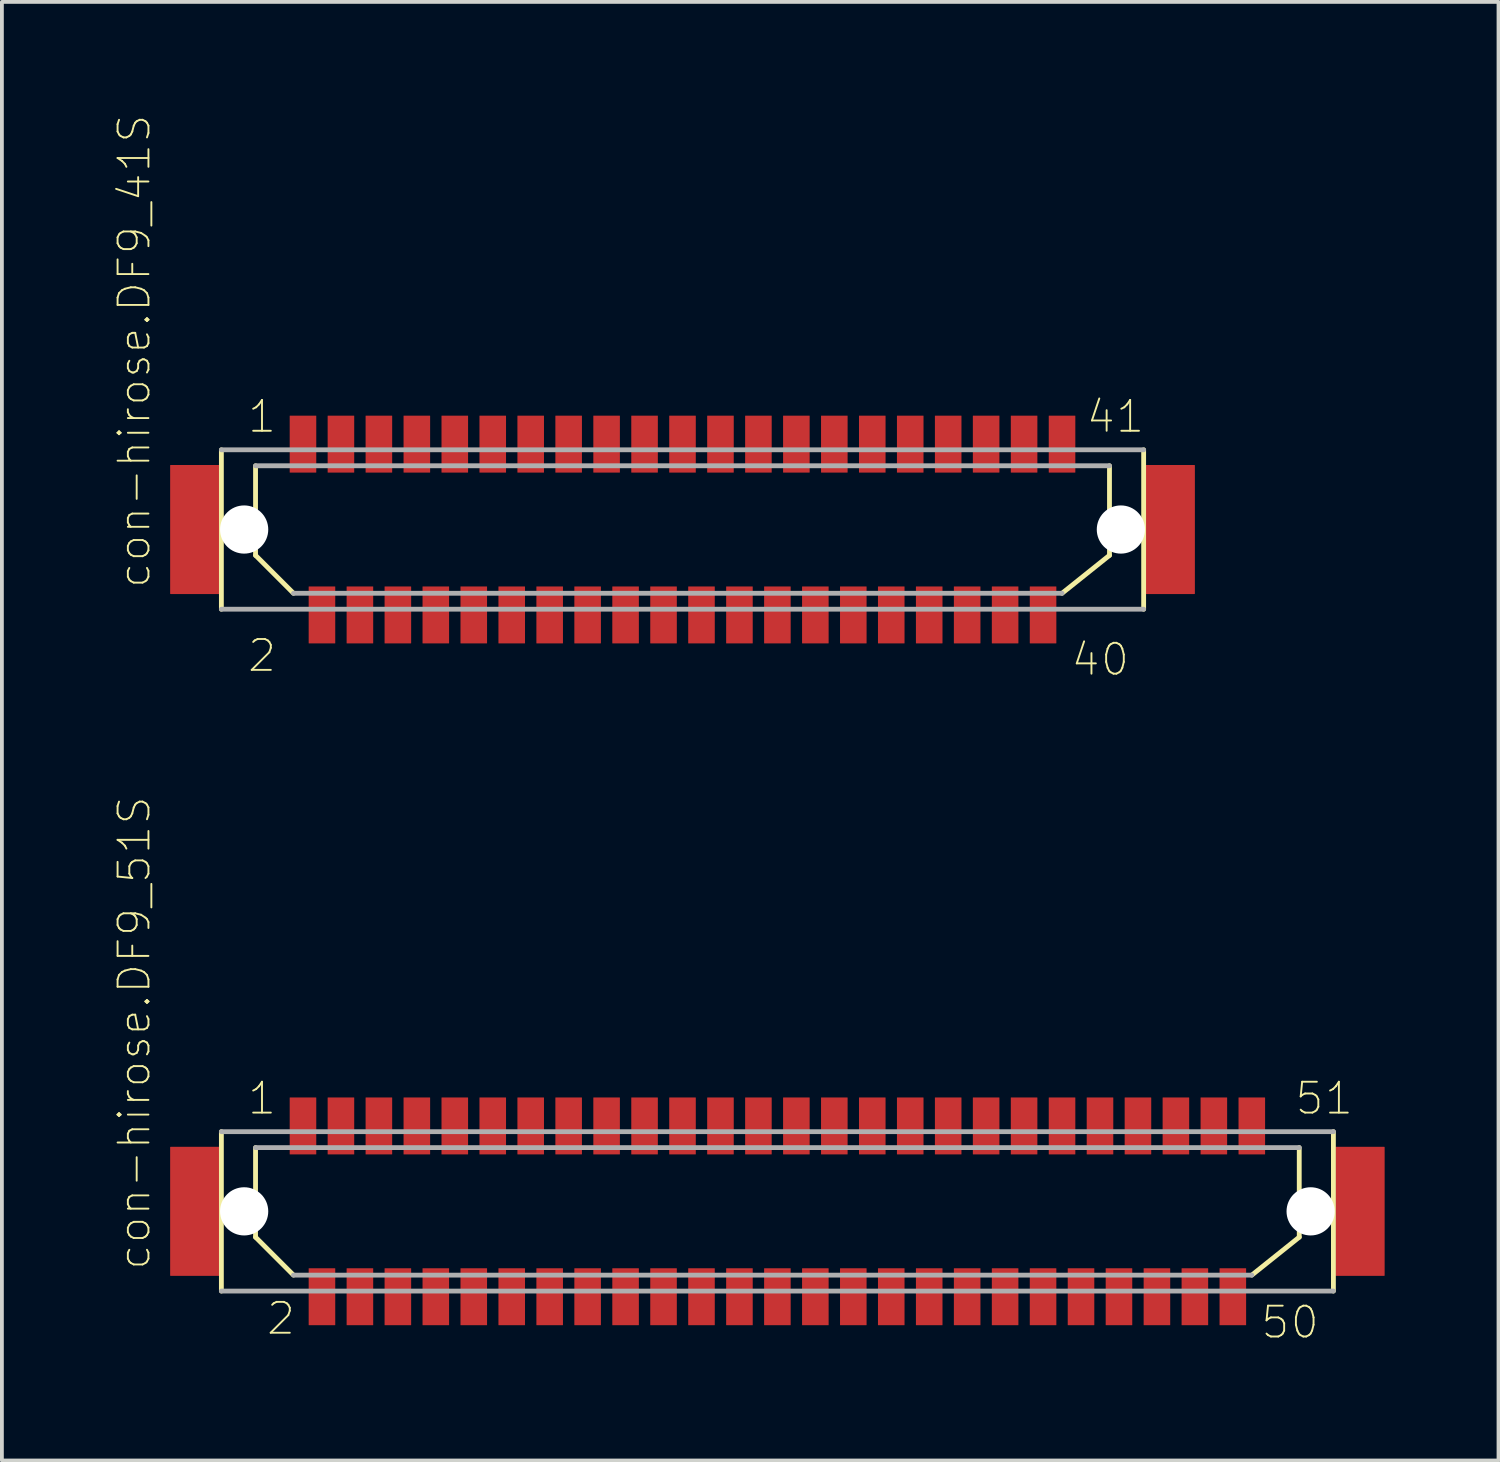
<source format=kicad_pcb>
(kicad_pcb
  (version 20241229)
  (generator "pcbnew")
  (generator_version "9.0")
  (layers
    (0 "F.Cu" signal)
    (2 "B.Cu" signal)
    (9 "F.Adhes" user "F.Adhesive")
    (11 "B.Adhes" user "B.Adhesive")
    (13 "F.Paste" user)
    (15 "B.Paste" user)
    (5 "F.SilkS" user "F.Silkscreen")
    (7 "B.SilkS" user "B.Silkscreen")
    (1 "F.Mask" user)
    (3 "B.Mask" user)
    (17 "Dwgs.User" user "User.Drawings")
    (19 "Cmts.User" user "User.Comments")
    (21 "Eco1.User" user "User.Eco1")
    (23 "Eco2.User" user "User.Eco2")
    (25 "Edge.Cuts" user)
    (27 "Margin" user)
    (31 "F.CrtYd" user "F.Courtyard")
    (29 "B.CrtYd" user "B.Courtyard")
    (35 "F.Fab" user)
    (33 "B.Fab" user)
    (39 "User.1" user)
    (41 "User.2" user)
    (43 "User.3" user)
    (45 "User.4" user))
  (footprint "con-hirose.DF9_41S"
    (layer "F.Cu")
    (at 14.933 10.902)
    (property "Reference" "con-hirose.DF9_41S" (at -13.97 1.587 90) (layer "F.SilkS") (effects (font (size 0.813 0.813) (thickness 0.05)) (justify left bottom)))
    (attr smd)
    (fp_line (start -12.15 2.1) (end -12.15 -2.1) (stroke (width 0.127) (type default)) (layer "F.SilkS"))
    (fp_line (start -11.25 0.68) (end -11.25 -1.68) (stroke (width 0.127) (type default)) (layer "F.SilkS"))
    (fp_line (start -11.25 0.68) (end -10.25 1.68) (stroke (width 0.127) (type default)) (layer "F.SilkS"))
    (fp_line (start 11.25 -1.68) (end 11.25 0.68) (stroke (width 0.127) (type default)) (layer "F.SilkS"))
    (fp_line (start 11.25 0.68) (end 10 1.68) (stroke (width 0.127) (type default)) (layer "F.SilkS"))
    (fp_line (start 12.15 -2.1) (end 12.15 2.1) (stroke (width 0.127) (type default)) (layer "F.SilkS"))
    (fp_line (start -12.15 -2.1) (end 12.15 -2.1) (stroke (width 0.127) (type default)) (layer "F.Fab"))
    (fp_line (start -11.25 -1.68) (end 11.25 -1.68) (stroke (width 0.127) (type default)) (layer "F.Fab"))
    (fp_line (start 10 1.68) (end -10.25 1.68) (stroke (width 0.127) (type default)) (layer "F.Fab"))
    (fp_line (start 12.15 2.1) (end -12.15 2.1) (stroke (width 0.127) (type default)) (layer "F.Fab"))
    (fp_text user "1" (at -11.5 -2.5 0) (layer "F.SilkS") (effects (font (size 0.813 0.813) (thickness 0.05)) (justify left bottom)))
    (fp_text user "40" (at 10.2 3.9 0) (layer "F.SilkS") (effects (font (size 0.813 0.813) (thickness 0.05)) (justify left bottom)))
    (fp_text user "2" (at -11.5 3.8 0) (layer "F.SilkS") (effects (font (size 0.813 0.813) (thickness 0.05)) (justify left bottom)))
    (fp_text user "41" (at 10.6 -2.5 0) (layer "F.SilkS") (effects (font (size 0.813 0.813) (thickness 0.05)) (justify left bottom)))
    (pad "" np_thru_hole circle (at -11.55 0) (size 1.27 1.27) (drill 1.27) (layers "*.Cu" "*.Mask"))
    (pad "" np_thru_hole circle (at 11.55 0) (size 1.27 1.27) (drill 1.27) (layers "*.Cu" "*.Mask"))
    (pad "1" smd roundrect (at -10 -2.25) (size 0.7 1.5) (layers "F.Cu" "F.Mask" "F.Paste") (roundrect_rratio 0.01))
    (pad "2" smd roundrect (at -9.5 2.25) (size 0.7 1.5) (layers "F.Cu" "F.Mask" "F.Paste") (roundrect_rratio 0.01))
    (pad "3" smd roundrect (at -9 -2.25) (size 0.7 1.5) (layers "F.Cu" "F.Mask" "F.Paste") (roundrect_rratio 0.01))
    (pad "4" smd roundrect (at -8.5 2.25) (size 0.7 1.5) (layers "F.Cu" "F.Mask" "F.Paste") (roundrect_rratio 0.01))
    (pad "5" smd roundrect (at -8 -2.25) (size 0.7 1.5) (layers "F.Cu" "F.Mask" "F.Paste") (roundrect_rratio 0.01))
    (pad "6" smd roundrect (at -7.5 2.25) (size 0.7 1.5) (layers "F.Cu" "F.Mask" "F.Paste") (roundrect_rratio 0.01))
    (pad "7" smd roundrect (at -7 -2.25) (size 0.7 1.5) (layers "F.Cu" "F.Mask" "F.Paste") (roundrect_rratio 0.01))
    (pad "8" smd roundrect (at -6.5 2.25) (size 0.7 1.5) (layers "F.Cu" "F.Mask" "F.Paste") (roundrect_rratio 0.01))
    (pad "9" smd roundrect (at -6 -2.25) (size 0.7 1.5) (layers "F.Cu" "F.Mask" "F.Paste") (roundrect_rratio 0.01))
    (pad "10" smd roundrect (at -5.5 2.25) (size 0.7 1.5) (layers "F.Cu" "F.Mask" "F.Paste") (roundrect_rratio 0.01))
    (pad "11" smd roundrect (at -5 -2.25) (size 0.7 1.5) (layers "F.Cu" "F.Mask" "F.Paste") (roundrect_rratio 0.01))
    (pad "12" smd roundrect (at -4.5 2.25) (size 0.7 1.5) (layers "F.Cu" "F.Mask" "F.Paste") (roundrect_rratio 0.01))
    (pad "13" smd roundrect (at -4 -2.25) (size 0.7 1.5) (layers "F.Cu" "F.Mask" "F.Paste") (roundrect_rratio 0.01))
    (pad "14" smd roundrect (at -3.5 2.25) (size 0.7 1.5) (layers "F.Cu" "F.Mask" "F.Paste") (roundrect_rratio 0.01))
    (pad "15" smd roundrect (at -3 -2.25) (size 0.7 1.5) (layers "F.Cu" "F.Mask" "F.Paste") (roundrect_rratio 0.01))
    (pad "16" smd roundrect (at -2.5 2.25) (size 0.7 1.5) (layers "F.Cu" "F.Mask" "F.Paste") (roundrect_rratio 0.01))
    (pad "17" smd roundrect (at -2 -2.25) (size 0.7 1.5) (layers "F.Cu" "F.Mask" "F.Paste") (roundrect_rratio 0.01))
    (pad "18" smd roundrect (at -1.5 2.25) (size 0.7 1.5) (layers "F.Cu" "F.Mask" "F.Paste") (roundrect_rratio 0.01))
    (pad "19" smd roundrect (at -1 -2.25) (size 0.7 1.5) (layers "F.Cu" "F.Mask" "F.Paste") (roundrect_rratio 0.01))
    (pad "20" smd roundrect (at -0.5 2.25) (size 0.7 1.5) (layers "F.Cu" "F.Mask" "F.Paste") (roundrect_rratio 0.01))
    (pad "21" smd roundrect (at 0 -2.25) (size 0.7 1.5) (layers "F.Cu" "F.Mask" "F.Paste") (roundrect_rratio 0.01))
    (pad "22" smd roundrect (at 0.5 2.25) (size 0.7 1.5) (layers "F.Cu" "F.Mask" "F.Paste") (roundrect_rratio 0.01))
    (pad "23" smd roundrect (at 1 -2.25) (size 0.7 1.5) (layers "F.Cu" "F.Mask" "F.Paste") (roundrect_rratio 0.01))
    (pad "24" smd roundrect (at 1.5 2.25) (size 0.7 1.5) (layers "F.Cu" "F.Mask" "F.Paste") (roundrect_rratio 0.01))
    (pad "25" smd roundrect (at 2 -2.25) (size 0.7 1.5) (layers "F.Cu" "F.Mask" "F.Paste") (roundrect_rratio 0.01))
    (pad "26" smd roundrect (at 2.5 2.25) (size 0.7 1.5) (layers "F.Cu" "F.Mask" "F.Paste") (roundrect_rratio 0.01))
    (pad "27" smd roundrect (at 3 -2.25) (size 0.7 1.5) (layers "F.Cu" "F.Mask" "F.Paste") (roundrect_rratio 0.01))
    (pad "28" smd roundrect (at 3.5 2.25) (size 0.7 1.5) (layers "F.Cu" "F.Mask" "F.Paste") (roundrect_rratio 0.01))
    (pad "29" smd roundrect (at 4 -2.25) (size 0.7 1.5) (layers "F.Cu" "F.Mask" "F.Paste") (roundrect_rratio 0.01))
    (pad "30" smd roundrect (at 4.5 2.25) (size 0.7 1.5) (layers "F.Cu" "F.Mask" "F.Paste") (roundrect_rratio 0.01))
    (pad "31" smd roundrect (at 5 -2.25) (size 0.7 1.5) (layers "F.Cu" "F.Mask" "F.Paste") (roundrect_rratio 0.01))
    (pad "32" smd roundrect (at 5.5 2.25) (size 0.7 1.5) (layers "F.Cu" "F.Mask" "F.Paste") (roundrect_rratio 0.01))
    (pad "33" smd roundrect (at 6 -2.25) (size 0.7 1.5) (layers "F.Cu" "F.Mask" "F.Paste") (roundrect_rratio 0.01))
    (pad "34" smd roundrect (at 6.5 2.25) (size 0.7 1.5) (layers "F.Cu" "F.Mask" "F.Paste") (roundrect_rratio 0.01))
    (pad "35" smd roundrect (at 7 -2.25) (size 0.7 1.5) (layers "F.Cu" "F.Mask" "F.Paste") (roundrect_rratio 0.01))
    (pad "36" smd roundrect (at 7.5 2.25) (size 0.7 1.5) (layers "F.Cu" "F.Mask" "F.Paste") (roundrect_rratio 0.01))
    (pad "37" smd roundrect (at 8 -2.25) (size 0.7 1.5) (layers "F.Cu" "F.Mask" "F.Paste") (roundrect_rratio 0.01))
    (pad "38" smd roundrect (at 8.5 2.25) (size 0.7 1.5) (layers "F.Cu" "F.Mask" "F.Paste") (roundrect_rratio 0.01))
    (pad "39" smd roundrect (at 9 -2.25) (size 0.7 1.5) (layers "F.Cu" "F.Mask" "F.Paste") (roundrect_rratio 0.01))
    (pad "40" smd roundrect (at 9.5 2.25) (size 0.7 1.5) (layers "F.Cu" "F.Mask" "F.Paste") (roundrect_rratio 0.01))
    (pad "41" smd roundrect (at 10 -2.25) (size 0.7 1.5) (layers "F.Cu" "F.Mask" "F.Paste") (roundrect_rratio 0.01))
    (pad "M1" smd roundrect (at -12.85 0) (size 1.3 3.4) (layers "F.Cu" "F.Mask" "F.Paste") (roundrect_rratio 0.01))
    (pad "M2" smd roundrect (at 12.85 0) (size 1.3 3.4) (layers "F.Cu" "F.Mask" "F.Paste") (roundrect_rratio 0.01)))
  (footprint "con-hirose.DF9_51S"
    (layer "F.Cu")
    (at 17.433 28.867)
    (property "Reference" "con-hirose.DF9_51S" (at -16.47 1.587 90) (layer "F.SilkS") (effects (font (size 0.813 0.813) (thickness 0.05)) (justify left bottom)))
    (attr smd)
    (fp_line (start -14.65 2.1) (end -14.65 -2.1) (stroke (width 0.127) (type default)) (layer "F.SilkS"))
    (fp_line (start -13.75 0.68) (end -13.75 -1.68) (stroke (width 0.127) (type default)) (layer "F.SilkS"))
    (fp_line (start -13.75 0.68) (end -12.75 1.68) (stroke (width 0.127) (type default)) (layer "F.SilkS"))
    (fp_line (start 13.75 -1.68) (end 13.75 0.68) (stroke (width 0.127) (type default)) (layer "F.SilkS"))
    (fp_line (start 13.75 0.68) (end 12.5 1.68) (stroke (width 0.127) (type default)) (layer "F.SilkS"))
    (fp_line (start 14.65 -2.1) (end 14.65 2.1) (stroke (width 0.127) (type default)) (layer "F.SilkS"))
    (fp_line (start -14.65 -2.1) (end 14.65 -2.1) (stroke (width 0.127) (type default)) (layer "F.Fab"))
    (fp_line (start -13.75 -1.68) (end 13.75 -1.68) (stroke (width 0.127) (type default)) (layer "F.Fab"))
    (fp_line (start 12.5 1.68) (end -12.75 1.68) (stroke (width 0.127) (type default)) (layer "F.Fab"))
    (fp_line (start 14.65 2.1) (end -14.65 2.1) (stroke (width 0.127) (type default)) (layer "F.Fab"))
    (fp_text user "1" (at -14 -2.5 0) (layer "F.SilkS") (effects (font (size 0.813 0.813) (thickness 0.05)) (justify left bottom)))
    (fp_text user "50" (at 12.7 3.4 0) (layer "F.SilkS") (effects (font (size 0.813 0.813) (thickness 0.05)) (justify left bottom)))
    (fp_text user "51" (at 13.6 -2.5 0) (layer "F.SilkS") (effects (font (size 0.813 0.813) (thickness 0.05)) (justify left bottom)))
    (fp_text user "2" (at -13.5 3.3 0) (layer "F.SilkS") (effects (font (size 0.813 0.813) (thickness 0.05)) (justify left bottom)))
    (pad "" np_thru_hole circle (at -14.05 0) (size 1.27 1.27) (drill 1.27) (layers "*.Cu" "*.Mask"))
    (pad "" np_thru_hole circle (at 14.05 0) (size 1.27 1.27) (drill 1.27) (layers "*.Cu" "*.Mask"))
    (pad "1" smd roundrect (at -12.5 -2.25) (size 0.7 1.5) (layers "F.Cu" "F.Mask" "F.Paste") (roundrect_rratio 0.01))
    (pad "2" smd roundrect (at -12 2.25) (size 0.7 1.5) (layers "F.Cu" "F.Mask" "F.Paste") (roundrect_rratio 0.01))
    (pad "3" smd roundrect (at -11.5 -2.25) (size 0.7 1.5) (layers "F.Cu" "F.Mask" "F.Paste") (roundrect_rratio 0.01))
    (pad "4" smd roundrect (at -11 2.25) (size 0.7 1.5) (layers "F.Cu" "F.Mask" "F.Paste") (roundrect_rratio 0.01))
    (pad "5" smd roundrect (at -10.5 -2.25) (size 0.7 1.5) (layers "F.Cu" "F.Mask" "F.Paste") (roundrect_rratio 0.01))
    (pad "6" smd roundrect (at -10 2.25) (size 0.7 1.5) (layers "F.Cu" "F.Mask" "F.Paste") (roundrect_rratio 0.01))
    (pad "7" smd roundrect (at -9.5 -2.25) (size 0.7 1.5) (layers "F.Cu" "F.Mask" "F.Paste") (roundrect_rratio 0.01))
    (pad "8" smd roundrect (at -9 2.25) (size 0.7 1.5) (layers "F.Cu" "F.Mask" "F.Paste") (roundrect_rratio 0.01))
    (pad "9" smd roundrect (at -8.5 -2.25) (size 0.7 1.5) (layers "F.Cu" "F.Mask" "F.Paste") (roundrect_rratio 0.01))
    (pad "10" smd roundrect (at -8 2.25) (size 0.7 1.5) (layers "F.Cu" "F.Mask" "F.Paste") (roundrect_rratio 0.01))
    (pad "11" smd roundrect (at -7.5 -2.25) (size 0.7 1.5) (layers "F.Cu" "F.Mask" "F.Paste") (roundrect_rratio 0.01))
    (pad "12" smd roundrect (at -7 2.25) (size 0.7 1.5) (layers "F.Cu" "F.Mask" "F.Paste") (roundrect_rratio 0.01))
    (pad "13" smd roundrect (at -6.5 -2.25) (size 0.7 1.5) (layers "F.Cu" "F.Mask" "F.Paste") (roundrect_rratio 0.01))
    (pad "14" smd roundrect (at -6 2.25) (size 0.7 1.5) (layers "F.Cu" "F.Mask" "F.Paste") (roundrect_rratio 0.01))
    (pad "15" smd roundrect (at -5.5 -2.25) (size 0.7 1.5) (layers "F.Cu" "F.Mask" "F.Paste") (roundrect_rratio 0.01))
    (pad "16" smd roundrect (at -5 2.25) (size 0.7 1.5) (layers "F.Cu" "F.Mask" "F.Paste") (roundrect_rratio 0.01))
    (pad "17" smd roundrect (at -4.5 -2.25) (size 0.7 1.5) (layers "F.Cu" "F.Mask" "F.Paste") (roundrect_rratio 0.01))
    (pad "18" smd roundrect (at -4 2.25) (size 0.7 1.5) (layers "F.Cu" "F.Mask" "F.Paste") (roundrect_rratio 0.01))
    (pad "19" smd roundrect (at -3.5 -2.25) (size 0.7 1.5) (layers "F.Cu" "F.Mask" "F.Paste") (roundrect_rratio 0.01))
    (pad "20" smd roundrect (at -3 2.25) (size 0.7 1.5) (layers "F.Cu" "F.Mask" "F.Paste") (roundrect_rratio 0.01))
    (pad "21" smd roundrect (at -2.5 -2.25) (size 0.7 1.5) (layers "F.Cu" "F.Mask" "F.Paste") (roundrect_rratio 0.01))
    (pad "22" smd roundrect (at -2 2.25) (size 0.7 1.5) (layers "F.Cu" "F.Mask" "F.Paste") (roundrect_rratio 0.01))
    (pad "23" smd roundrect (at -1.5 -2.25) (size 0.7 1.5) (layers "F.Cu" "F.Mask" "F.Paste") (roundrect_rratio 0.01))
    (pad "24" smd roundrect (at -1 2.25) (size 0.7 1.5) (layers "F.Cu" "F.Mask" "F.Paste") (roundrect_rratio 0.01))
    (pad "25" smd roundrect (at -0.5 -2.25) (size 0.7 1.5) (layers "F.Cu" "F.Mask" "F.Paste") (roundrect_rratio 0.01))
    (pad "26" smd roundrect (at 0 2.25) (size 0.7 1.5) (layers "F.Cu" "F.Mask" "F.Paste") (roundrect_rratio 0.01))
    (pad "27" smd roundrect (at 0.5 -2.25) (size 0.7 1.5) (layers "F.Cu" "F.Mask" "F.Paste") (roundrect_rratio 0.01))
    (pad "28" smd roundrect (at 1 2.25) (size 0.7 1.5) (layers "F.Cu" "F.Mask" "F.Paste") (roundrect_rratio 0.01))
    (pad "29" smd roundrect (at 1.5 -2.25) (size 0.7 1.5) (layers "F.Cu" "F.Mask" "F.Paste") (roundrect_rratio 0.01))
    (pad "30" smd roundrect (at 2 2.25) (size 0.7 1.5) (layers "F.Cu" "F.Mask" "F.Paste") (roundrect_rratio 0.01))
    (pad "31" smd roundrect (at 2.5 -2.25) (size 0.7 1.5) (layers "F.Cu" "F.Mask" "F.Paste") (roundrect_rratio 0.01))
    (pad "32" smd roundrect (at 3 2.25) (size 0.7 1.5) (layers "F.Cu" "F.Mask" "F.Paste") (roundrect_rratio 0.01))
    (pad "33" smd roundrect (at 3.5 -2.25) (size 0.7 1.5) (layers "F.Cu" "F.Mask" "F.Paste") (roundrect_rratio 0.01))
    (pad "34" smd roundrect (at 4 2.25) (size 0.7 1.5) (layers "F.Cu" "F.Mask" "F.Paste") (roundrect_rratio 0.01))
    (pad "35" smd roundrect (at 4.5 -2.25) (size 0.7 1.5) (layers "F.Cu" "F.Mask" "F.Paste") (roundrect_rratio 0.01))
    (pad "36" smd roundrect (at 5 2.25) (size 0.7 1.5) (layers "F.Cu" "F.Mask" "F.Paste") (roundrect_rratio 0.01))
    (pad "37" smd roundrect (at 5.5 -2.25) (size 0.7 1.5) (layers "F.Cu" "F.Mask" "F.Paste") (roundrect_rratio 0.01))
    (pad "38" smd roundrect (at 6 2.25) (size 0.7 1.5) (layers "F.Cu" "F.Mask" "F.Paste") (roundrect_rratio 0.01))
    (pad "39" smd roundrect (at 6.5 -2.25) (size 0.7 1.5) (layers "F.Cu" "F.Mask" "F.Paste") (roundrect_rratio 0.01))
    (pad "40" smd roundrect (at 7 2.25) (size 0.7 1.5) (layers "F.Cu" "F.Mask" "F.Paste") (roundrect_rratio 0.01))
    (pad "41" smd roundrect (at 7.5 -2.25) (size 0.7 1.5) (layers "F.Cu" "F.Mask" "F.Paste") (roundrect_rratio 0.01))
    (pad "42" smd roundrect (at 8 2.25) (size 0.7 1.5) (layers "F.Cu" "F.Mask" "F.Paste") (roundrect_rratio 0.01))
    (pad "43" smd roundrect (at 8.5 -2.25) (size 0.7 1.5) (layers "F.Cu" "F.Mask" "F.Paste") (roundrect_rratio 0.01))
    (pad "44" smd roundrect (at 9 2.25) (size 0.7 1.5) (layers "F.Cu" "F.Mask" "F.Paste") (roundrect_rratio 0.01))
    (pad "45" smd roundrect (at 9.5 -2.25) (size 0.7 1.5) (layers "F.Cu" "F.Mask" "F.Paste") (roundrect_rratio 0.01))
    (pad "46" smd roundrect (at 10 2.25) (size 0.7 1.5) (layers "F.Cu" "F.Mask" "F.Paste") (roundrect_rratio 0.01))
    (pad "47" smd roundrect (at 10.5 -2.25) (size 0.7 1.5) (layers "F.Cu" "F.Mask" "F.Paste") (roundrect_rratio 0.01))
    (pad "48" smd roundrect (at 11 2.25) (size 0.7 1.5) (layers "F.Cu" "F.Mask" "F.Paste") (roundrect_rratio 0.01))
    (pad "49" smd roundrect (at 11.5 -2.25) (size 0.7 1.5) (layers "F.Cu" "F.Mask" "F.Paste") (roundrect_rratio 0.01))
    (pad "50" smd roundrect (at 12 2.25) (size 0.7 1.5) (layers "F.Cu" "F.Mask" "F.Paste") (roundrect_rratio 0.01))
    (pad "51" smd roundrect (at 12.5 -2.25) (size 0.7 1.5) (layers "F.Cu" "F.Mask" "F.Paste") (roundrect_rratio 0.01))
    (pad "M1" smd roundrect (at -15.35 0) (size 1.3 3.4) (layers "F.Cu" "F.Mask" "F.Paste") (roundrect_rratio 0.01))
    (pad "M2" smd roundrect (at 15.35 0) (size 1.3 3.4) (layers "F.Cu" "F.Mask" "F.Paste") (roundrect_rratio 0.01)))
  (gr_rect
    (start -3 -3)
    (end 36.433 35.431)
    (stroke (width 0.1) (type default))
    (fill no)
    (layer "Edge.Cuts")))
</source>
